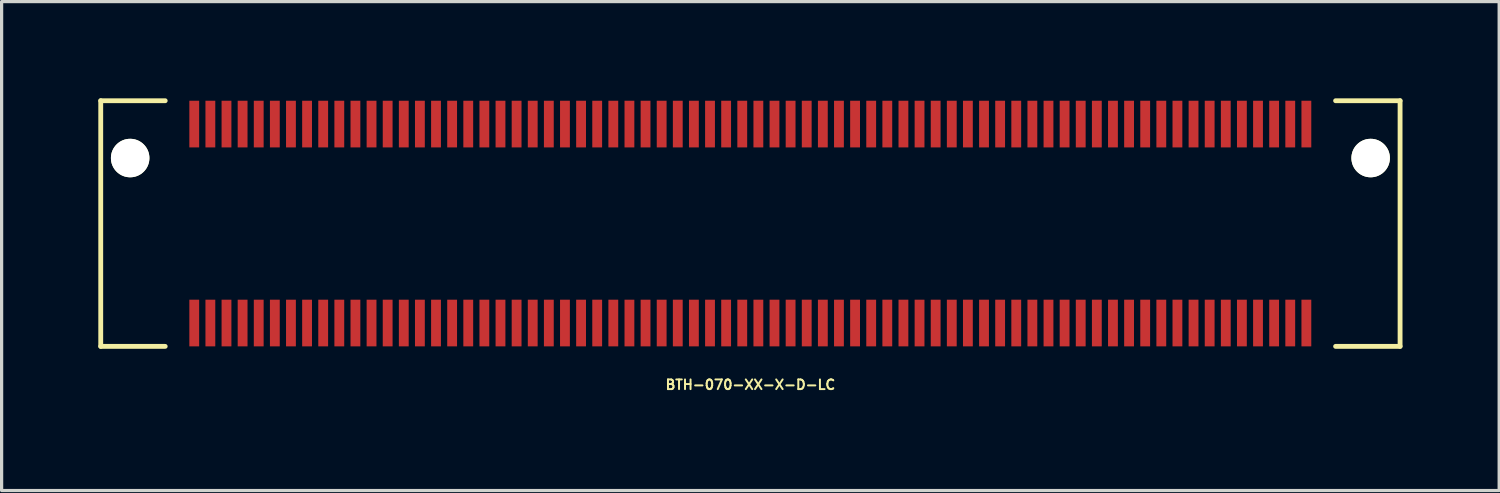
<source format=kicad_pcb>
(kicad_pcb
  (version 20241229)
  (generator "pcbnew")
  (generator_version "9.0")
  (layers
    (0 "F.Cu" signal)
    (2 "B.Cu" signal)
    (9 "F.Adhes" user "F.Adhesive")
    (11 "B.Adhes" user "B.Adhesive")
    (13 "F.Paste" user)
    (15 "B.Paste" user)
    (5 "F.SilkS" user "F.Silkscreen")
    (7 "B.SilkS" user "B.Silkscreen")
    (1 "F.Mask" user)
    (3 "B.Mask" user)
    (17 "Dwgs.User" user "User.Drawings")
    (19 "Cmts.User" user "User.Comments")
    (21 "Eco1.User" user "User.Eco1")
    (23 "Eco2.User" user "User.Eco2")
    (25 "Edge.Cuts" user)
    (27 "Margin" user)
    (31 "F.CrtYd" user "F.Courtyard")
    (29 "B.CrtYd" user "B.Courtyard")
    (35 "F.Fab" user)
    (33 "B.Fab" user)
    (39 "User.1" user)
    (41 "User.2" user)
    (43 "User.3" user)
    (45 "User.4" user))
  (footprint "BTH-070-XX-X-D-LC"
    (layer "F.Cu")
    (at 20.229 3.885)
    (property "Reference" "BTH-070-XX-X-D-LC" (at 0 5 0) (layer "F.SilkS") (effects (font (size 0.3 0.3) (thickness 0.061))))
    (attr smd)
    (fp_line (start -20.154 -3.81) (end -20.154 3.81) (stroke (width 0.15) (type solid)) (layer "F.SilkS"))
    (fp_line (start -20.154 3.81) (end -18.154 3.81) (stroke (width 0.15) (type solid)) (layer "F.SilkS"))
    (fp_line (start -18.154 -3.81) (end -20.154 -3.81) (stroke (width 0.15) (type solid)) (layer "F.SilkS"))
    (fp_line (start 18.154 -3.81) (end 20.154 -3.81) (stroke (width 0.15) (type solid)) (layer "F.SilkS"))
    (fp_line (start 20.154 -3.81) (end 20.154 3.81) (stroke (width 0.15) (type solid)) (layer "F.SilkS"))
    (fp_line (start 20.154 3.81) (end 18.154 3.81) (stroke (width 0.15) (type solid)) (layer "F.SilkS"))
    (pad "" np_thru_hole circle (at -19.241 -2.032) (size 1.194 1.194) (drill 1.194) (layers "*.Cu" "*.Mask" "F.SilkS"))
    (pad "" np_thru_hole circle (at 19.241 -2.032) (size 1.194 1.194) (drill 1.194) (layers "*.Cu" "*.Mask" "F.SilkS"))
    (pad "1" smd rect (at -17.253 -3.086) (size 0.305 1.448) (layers "F.Cu" "F.Mask" "F.Paste"))
    (pad "2" smd rect (at -17.253 3.086) (size 0.305 1.448) (layers "F.Cu" "F.Mask" "F.Paste"))
    (pad "3" smd rect (at -16.753 -3.086) (size 0.305 1.448) (layers "F.Cu" "F.Mask" "F.Paste"))
    (pad "4" smd rect (at -16.753 3.086) (size 0.305 1.448) (layers "F.Cu" "F.Mask" "F.Paste"))
    (pad "5" smd rect (at -16.253 -3.086) (size 0.305 1.448) (layers "F.Cu" "F.Mask" "F.Paste"))
    (pad "6" smd rect (at -16.253 3.086) (size 0.305 1.448) (layers "F.Cu" "F.Mask" "F.Paste"))
    (pad "7" smd rect (at -15.753 -3.086) (size 0.305 1.448) (layers "F.Cu" "F.Mask" "F.Paste"))
    (pad "8" smd rect (at -15.753 3.086) (size 0.305 1.448) (layers "F.Cu" "F.Mask" "F.Paste"))
    (pad "9" smd rect (at -15.253 -3.086) (size 0.305 1.448) (layers "F.Cu" "F.Mask" "F.Paste"))
    (pad "10" smd rect (at -15.253 3.086) (size 0.305 1.448) (layers "F.Cu" "F.Mask" "F.Paste"))
    (pad "11" smd rect (at -14.753 -3.086) (size 0.305 1.448) (layers "F.Cu" "F.Mask" "F.Paste"))
    (pad "12" smd rect (at -14.753 3.086) (size 0.305 1.448) (layers "F.Cu" "F.Mask" "F.Paste"))
    (pad "13" smd rect (at -14.253 -3.086) (size 0.305 1.448) (layers "F.Cu" "F.Mask" "F.Paste"))
    (pad "14" smd rect (at -14.253 3.086) (size 0.305 1.448) (layers "F.Cu" "F.Mask" "F.Paste"))
    (pad "15" smd rect (at -13.753 -3.086) (size 0.305 1.448) (layers "F.Cu" "F.Mask" "F.Paste"))
    (pad "16" smd rect (at -13.753 3.086) (size 0.305 1.448) (layers "F.Cu" "F.Mask" "F.Paste"))
    (pad "17" smd rect (at -13.253 -3.086) (size 0.305 1.448) (layers "F.Cu" "F.Mask" "F.Paste"))
    (pad "18" smd rect (at -13.253 3.086) (size 0.305 1.448) (layers "F.Cu" "F.Mask" "F.Paste"))
    (pad "19" smd rect (at -12.753 -3.086) (size 0.305 1.448) (layers "F.Cu" "F.Mask" "F.Paste"))
    (pad "20" smd rect (at -12.753 3.086) (size 0.305 1.448) (layers "F.Cu" "F.Mask" "F.Paste"))
    (pad "21" smd rect (at -12.253 -3.086) (size 0.305 1.448) (layers "F.Cu" "F.Mask" "F.Paste"))
    (pad "22" smd rect (at -12.253 3.086) (size 0.305 1.448) (layers "F.Cu" "F.Mask" "F.Paste"))
    (pad "23" smd rect (at -11.753 -3.086) (size 0.305 1.448) (layers "F.Cu" "F.Mask" "F.Paste"))
    (pad "24" smd rect (at -11.753 3.086) (size 0.305 1.448) (layers "F.Cu" "F.Mask" "F.Paste"))
    (pad "25" smd rect (at -11.253 -3.086) (size 0.305 1.448) (layers "F.Cu" "F.Mask" "F.Paste"))
    (pad "26" smd rect (at -11.253 3.086) (size 0.305 1.448) (layers "F.Cu" "F.Mask" "F.Paste"))
    (pad "27" smd rect (at -10.753 -3.086) (size 0.305 1.448) (layers "F.Cu" "F.Mask" "F.Paste"))
    (pad "28" smd rect (at -10.753 3.086) (size 0.305 1.448) (layers "F.Cu" "F.Mask" "F.Paste"))
    (pad "29" smd rect (at -10.253 -3.086) (size 0.305 1.448) (layers "F.Cu" "F.Mask" "F.Paste"))
    (pad "30" smd rect (at -10.253 3.086) (size 0.305 1.448) (layers "F.Cu" "F.Mask" "F.Paste"))
    (pad "31" smd rect (at -9.753 -3.086) (size 0.305 1.448) (layers "F.Cu" "F.Mask" "F.Paste"))
    (pad "32" smd rect (at -9.753 3.086) (size 0.305 1.448) (layers "F.Cu" "F.Mask" "F.Paste"))
    (pad "33" smd rect (at -9.253 -3.086) (size 0.305 1.448) (layers "F.Cu" "F.Mask" "F.Paste"))
    (pad "34" smd rect (at -9.253 3.086) (size 0.305 1.448) (layers "F.Cu" "F.Mask" "F.Paste"))
    (pad "35" smd rect (at -8.753 -3.086) (size 0.305 1.448) (layers "F.Cu" "F.Mask" "F.Paste"))
    (pad "36" smd rect (at -8.753 3.086) (size 0.305 1.448) (layers "F.Cu" "F.Mask" "F.Paste"))
    (pad "37" smd rect (at -8.253 -3.086) (size 0.305 1.448) (layers "F.Cu" "F.Mask" "F.Paste"))
    (pad "38" smd rect (at -8.253 3.086) (size 0.305 1.448) (layers "F.Cu" "F.Mask" "F.Paste"))
    (pad "39" smd rect (at -7.753 -3.086) (size 0.305 1.448) (layers "F.Cu" "F.Mask" "F.Paste"))
    (pad "40" smd rect (at -7.753 3.086) (size 0.305 1.448) (layers "F.Cu" "F.Mask" "F.Paste"))
    (pad "41" smd rect (at -7.253 -3.086) (size 0.305 1.448) (layers "F.Cu" "F.Mask" "F.Paste"))
    (pad "42" smd rect (at -7.253 3.086) (size 0.305 1.448) (layers "F.Cu" "F.Mask" "F.Paste"))
    (pad "43" smd rect (at -6.753 -3.086) (size 0.305 1.448) (layers "F.Cu" "F.Mask" "F.Paste"))
    (pad "44" smd rect (at -6.753 3.086) (size 0.305 1.448) (layers "F.Cu" "F.Mask" "F.Paste"))
    (pad "45" smd rect (at -6.253 -3.086) (size 0.305 1.448) (layers "F.Cu" "F.Mask" "F.Paste"))
    (pad "46" smd rect (at -6.253 3.086) (size 0.305 1.448) (layers "F.Cu" "F.Mask" "F.Paste"))
    (pad "47" smd rect (at -5.753 -3.086) (size 0.305 1.448) (layers "F.Cu" "F.Mask" "F.Paste"))
    (pad "48" smd rect (at -5.753 3.086) (size 0.305 1.448) (layers "F.Cu" "F.Mask" "F.Paste"))
    (pad "49" smd rect (at -5.253 -3.086) (size 0.305 1.448) (layers "F.Cu" "F.Mask" "F.Paste"))
    (pad "50" smd rect (at -5.253 3.086) (size 0.305 1.448) (layers "F.Cu" "F.Mask" "F.Paste"))
    (pad "51" smd rect (at -4.753 -3.086) (size 0.305 1.448) (layers "F.Cu" "F.Mask" "F.Paste"))
    (pad "52" smd rect (at -4.753 3.086) (size 0.305 1.448) (layers "F.Cu" "F.Mask" "F.Paste"))
    (pad "53" smd rect (at -4.253 -3.086) (size 0.305 1.448) (layers "F.Cu" "F.Mask" "F.Paste"))
    (pad "54" smd rect (at -4.253 3.086) (size 0.305 1.448) (layers "F.Cu" "F.Mask" "F.Paste"))
    (pad "55" smd rect (at -3.753 -3.086) (size 0.305 1.448) (layers "F.Cu" "F.Mask" "F.Paste"))
    (pad "56" smd rect (at -3.753 3.086) (size 0.305 1.448) (layers "F.Cu" "F.Mask" "F.Paste"))
    (pad "57" smd rect (at -3.253 -3.086) (size 0.305 1.448) (layers "F.Cu" "F.Mask" "F.Paste"))
    (pad "58" smd rect (at -3.253 3.086) (size 0.305 1.448) (layers "F.Cu" "F.Mask" "F.Paste"))
    (pad "59" smd rect (at -2.753 -3.086) (size 0.305 1.448) (layers "F.Cu" "F.Mask" "F.Paste"))
    (pad "60" smd rect (at -2.753 3.086) (size 0.305 1.448) (layers "F.Cu" "F.Mask" "F.Paste"))
    (pad "61" smd rect (at -2.253 -3.086) (size 0.305 1.448) (layers "F.Cu" "F.Mask" "F.Paste"))
    (pad "62" smd rect (at -2.253 3.086) (size 0.305 1.448) (layers "F.Cu" "F.Mask" "F.Paste"))
    (pad "63" smd rect (at -1.753 -3.086) (size 0.305 1.448) (layers "F.Cu" "F.Mask" "F.Paste"))
    (pad "64" smd rect (at -1.753 3.086) (size 0.305 1.448) (layers "F.Cu" "F.Mask" "F.Paste"))
    (pad "65" smd rect (at -1.253 -3.086) (size 0.305 1.448) (layers "F.Cu" "F.Mask" "F.Paste"))
    (pad "66" smd rect (at -1.253 3.086) (size 0.305 1.448) (layers "F.Cu" "F.Mask" "F.Paste"))
    (pad "67" smd rect (at -0.753 -3.086) (size 0.305 1.448) (layers "F.Cu" "F.Mask" "F.Paste"))
    (pad "68" smd rect (at -0.753 3.086) (size 0.305 1.448) (layers "F.Cu" "F.Mask" "F.Paste"))
    (pad "69" smd rect (at -0.253 -3.086) (size 0.305 1.448) (layers "F.Cu" "F.Mask" "F.Paste"))
    (pad "70" smd rect (at -0.253 3.086) (size 0.305 1.448) (layers "F.Cu" "F.Mask" "F.Paste"))
    (pad "71" smd rect (at 0.247 -3.086) (size 0.305 1.448) (layers "F.Cu" "F.Mask" "F.Paste"))
    (pad "72" smd rect (at 0.247 3.086) (size 0.305 1.448) (layers "F.Cu" "F.Mask" "F.Paste"))
    (pad "73" smd rect (at 0.747 -3.086) (size 0.305 1.448) (layers "F.Cu" "F.Mask" "F.Paste"))
    (pad "74" smd rect (at 0.747 3.086) (size 0.305 1.448) (layers "F.Cu" "F.Mask" "F.Paste"))
    (pad "75" smd rect (at 1.247 -3.086) (size 0.305 1.448) (layers "F.Cu" "F.Mask" "F.Paste"))
    (pad "76" smd rect (at 1.247 3.086) (size 0.305 1.448) (layers "F.Cu" "F.Mask" "F.Paste"))
    (pad "77" smd rect (at 1.747 -3.086) (size 0.305 1.448) (layers "F.Cu" "F.Mask" "F.Paste"))
    (pad "78" smd rect (at 1.747 3.086) (size 0.305 1.448) (layers "F.Cu" "F.Mask" "F.Paste"))
    (pad "79" smd rect (at 2.247 -3.086) (size 0.305 1.448) (layers "F.Cu" "F.Mask" "F.Paste"))
    (pad "80" smd rect (at 2.247 3.086) (size 0.305 1.448) (layers "F.Cu" "F.Mask" "F.Paste"))
    (pad "81" smd rect (at 2.747 -3.086) (size 0.305 1.448) (layers "F.Cu" "F.Mask" "F.Paste"))
    (pad "82" smd rect (at 2.747 3.086) (size 0.305 1.448) (layers "F.Cu" "F.Mask" "F.Paste"))
    (pad "83" smd rect (at 3.247 -3.086) (size 0.305 1.448) (layers "F.Cu" "F.Mask" "F.Paste"))
    (pad "84" smd rect (at 3.247 3.086) (size 0.305 1.448) (layers "F.Cu" "F.Mask" "F.Paste"))
    (pad "85" smd rect (at 3.747 -3.086) (size 0.305 1.448) (layers "F.Cu" "F.Mask" "F.Paste"))
    (pad "86" smd rect (at 3.747 3.086) (size 0.305 1.448) (layers "F.Cu" "F.Mask" "F.Paste"))
    (pad "87" smd rect (at 4.247 -3.086) (size 0.305 1.448) (layers "F.Cu" "F.Mask" "F.Paste"))
    (pad "88" smd rect (at 4.247 3.086) (size 0.305 1.448) (layers "F.Cu" "F.Mask" "F.Paste"))
    (pad "89" smd rect (at 4.747 -3.086) (size 0.305 1.448) (layers "F.Cu" "F.Mask" "F.Paste"))
    (pad "90" smd rect (at 4.747 3.086) (size 0.305 1.448) (layers "F.Cu" "F.Mask" "F.Paste"))
    (pad "91" smd rect (at 5.247 -3.086) (size 0.305 1.448) (layers "F.Cu" "F.Mask" "F.Paste"))
    (pad "92" smd rect (at 5.247 3.086) (size 0.305 1.448) (layers "F.Cu" "F.Mask" "F.Paste"))
    (pad "93" smd rect (at 5.747 -3.086) (size 0.305 1.448) (layers "F.Cu" "F.Mask" "F.Paste"))
    (pad "94" smd rect (at 5.747 3.086) (size 0.305 1.448) (layers "F.Cu" "F.Mask" "F.Paste"))
    (pad "95" smd rect (at 6.247 -3.086) (size 0.305 1.448) (layers "F.Cu" "F.Mask" "F.Paste"))
    (pad "96" smd rect (at 6.247 3.086) (size 0.305 1.448) (layers "F.Cu" "F.Mask" "F.Paste"))
    (pad "97" smd rect (at 6.747 -3.086) (size 0.305 1.448) (layers "F.Cu" "F.Mask" "F.Paste"))
    (pad "98" smd rect (at 6.747 3.086) (size 0.305 1.448) (layers "F.Cu" "F.Mask" "F.Paste"))
    (pad "99" smd rect (at 7.247 -3.086) (size 0.305 1.448) (layers "F.Cu" "F.Mask" "F.Paste"))
    (pad "100" smd rect (at 7.247 3.086) (size 0.305 1.448) (layers "F.Cu" "F.Mask" "F.Paste"))
    (pad "101" smd rect (at 7.747 -3.086) (size 0.305 1.448) (layers "F.Cu" "F.Mask" "F.Paste"))
    (pad "102" smd rect (at 7.747 3.086) (size 0.305 1.448) (layers "F.Cu" "F.Mask" "F.Paste"))
    (pad "103" smd rect (at 8.247 -3.086) (size 0.305 1.448) (layers "F.Cu" "F.Mask" "F.Paste"))
    (pad "104" smd rect (at 8.247 3.086) (size 0.305 1.448) (layers "F.Cu" "F.Mask" "F.Paste"))
    (pad "105" smd rect (at 8.747 -3.086) (size 0.305 1.448) (layers "F.Cu" "F.Mask" "F.Paste"))
    (pad "106" smd rect (at 8.747 3.086) (size 0.305 1.448) (layers "F.Cu" "F.Mask" "F.Paste"))
    (pad "107" smd rect (at 9.247 -3.086) (size 0.305 1.448) (layers "F.Cu" "F.Mask" "F.Paste"))
    (pad "108" smd rect (at 9.247 3.086) (size 0.305 1.448) (layers "F.Cu" "F.Mask" "F.Paste"))
    (pad "109" smd rect (at 9.747 -3.086) (size 0.305 1.448) (layers "F.Cu" "F.Mask" "F.Paste"))
    (pad "110" smd rect (at 9.747 3.086) (size 0.305 1.448) (layers "F.Cu" "F.Mask" "F.Paste"))
    (pad "111" smd rect (at 10.247 -3.086) (size 0.305 1.448) (layers "F.Cu" "F.Mask" "F.Paste"))
    (pad "112" smd rect (at 10.247 3.086) (size 0.305 1.448) (layers "F.Cu" "F.Mask" "F.Paste"))
    (pad "113" smd rect (at 10.747 -3.086) (size 0.305 1.448) (layers "F.Cu" "F.Mask" "F.Paste"))
    (pad "114" smd rect (at 10.747 3.086) (size 0.305 1.448) (layers "F.Cu" "F.Mask" "F.Paste"))
    (pad "115" smd rect (at 11.247 -3.086) (size 0.305 1.448) (layers "F.Cu" "F.Mask" "F.Paste"))
    (pad "116" smd rect (at 11.247 3.086) (size 0.305 1.448) (layers "F.Cu" "F.Mask" "F.Paste"))
    (pad "117" smd rect (at 11.747 -3.086) (size 0.305 1.448) (layers "F.Cu" "F.Mask" "F.Paste"))
    (pad "118" smd rect (at 11.747 3.086) (size 0.305 1.448) (layers "F.Cu" "F.Mask" "F.Paste"))
    (pad "119" smd rect (at 12.247 -3.086) (size 0.305 1.448) (layers "F.Cu" "F.Mask" "F.Paste"))
    (pad "120" smd rect (at 12.247 3.086) (size 0.305 1.448) (layers "F.Cu" "F.Mask" "F.Paste"))
    (pad "121" smd rect (at 12.747 -3.086) (size 0.305 1.448) (layers "F.Cu" "F.Mask" "F.Paste"))
    (pad "122" smd rect (at 12.747 3.086) (size 0.305 1.448) (layers "F.Cu" "F.Mask" "F.Paste"))
    (pad "123" smd rect (at 13.247 -3.086) (size 0.305 1.448) (layers "F.Cu" "F.Mask" "F.Paste"))
    (pad "124" smd rect (at 13.247 3.086) (size 0.305 1.448) (layers "F.Cu" "F.Mask" "F.Paste"))
    (pad "125" smd rect (at 13.747 -3.086) (size 0.305 1.448) (layers "F.Cu" "F.Mask" "F.Paste"))
    (pad "126" smd rect (at 13.747 3.086) (size 0.305 1.448) (layers "F.Cu" "F.Mask" "F.Paste"))
    (pad "127" smd rect (at 14.247 -3.086) (size 0.305 1.448) (layers "F.Cu" "F.Mask" "F.Paste"))
    (pad "128" smd rect (at 14.247 3.086) (size 0.305 1.448) (layers "F.Cu" "F.Mask" "F.Paste"))
    (pad "129" smd rect (at 14.747 -3.086) (size 0.305 1.448) (layers "F.Cu" "F.Mask" "F.Paste"))
    (pad "130" smd rect (at 14.747 3.086) (size 0.305 1.448) (layers "F.Cu" "F.Mask" "F.Paste"))
    (pad "131" smd rect (at 15.247 -3.086) (size 0.305 1.448) (layers "F.Cu" "F.Mask" "F.Paste"))
    (pad "132" smd rect (at 15.247 3.086) (size 0.305 1.448) (layers "F.Cu" "F.Mask" "F.Paste"))
    (pad "133" smd rect (at 15.747 -3.086) (size 0.305 1.448) (layers "F.Cu" "F.Mask" "F.Paste"))
    (pad "134" smd rect (at 15.747 3.086) (size 0.305 1.448) (layers "F.Cu" "F.Mask" "F.Paste"))
    (pad "135" smd rect (at 16.247 -3.086) (size 0.305 1.448) (layers "F.Cu" "F.Mask" "F.Paste"))
    (pad "136" smd rect (at 16.247 3.086) (size 0.305 1.448) (layers "F.Cu" "F.Mask" "F.Paste"))
    (pad "137" smd rect (at 16.747 -3.086) (size 0.305 1.448) (layers "F.Cu" "F.Mask" "F.Paste"))
    (pad "138" smd rect (at 16.747 3.086) (size 0.305 1.448) (layers "F.Cu" "F.Mask" "F.Paste"))
    (pad "139" smd rect (at 17.247 -3.086) (size 0.305 1.448) (layers "F.Cu" "F.Mask" "F.Paste"))
    (pad "140" smd rect (at 17.247 3.086) (size 0.305 1.448) (layers "F.Cu" "F.Mask" "F.Paste")))
  (gr_rect
    (start -3 -3)
    (end 43.457 12.167)
    (stroke (width 0.1) (type default))
    (fill no)
    (layer "Edge.Cuts")))
</source>
